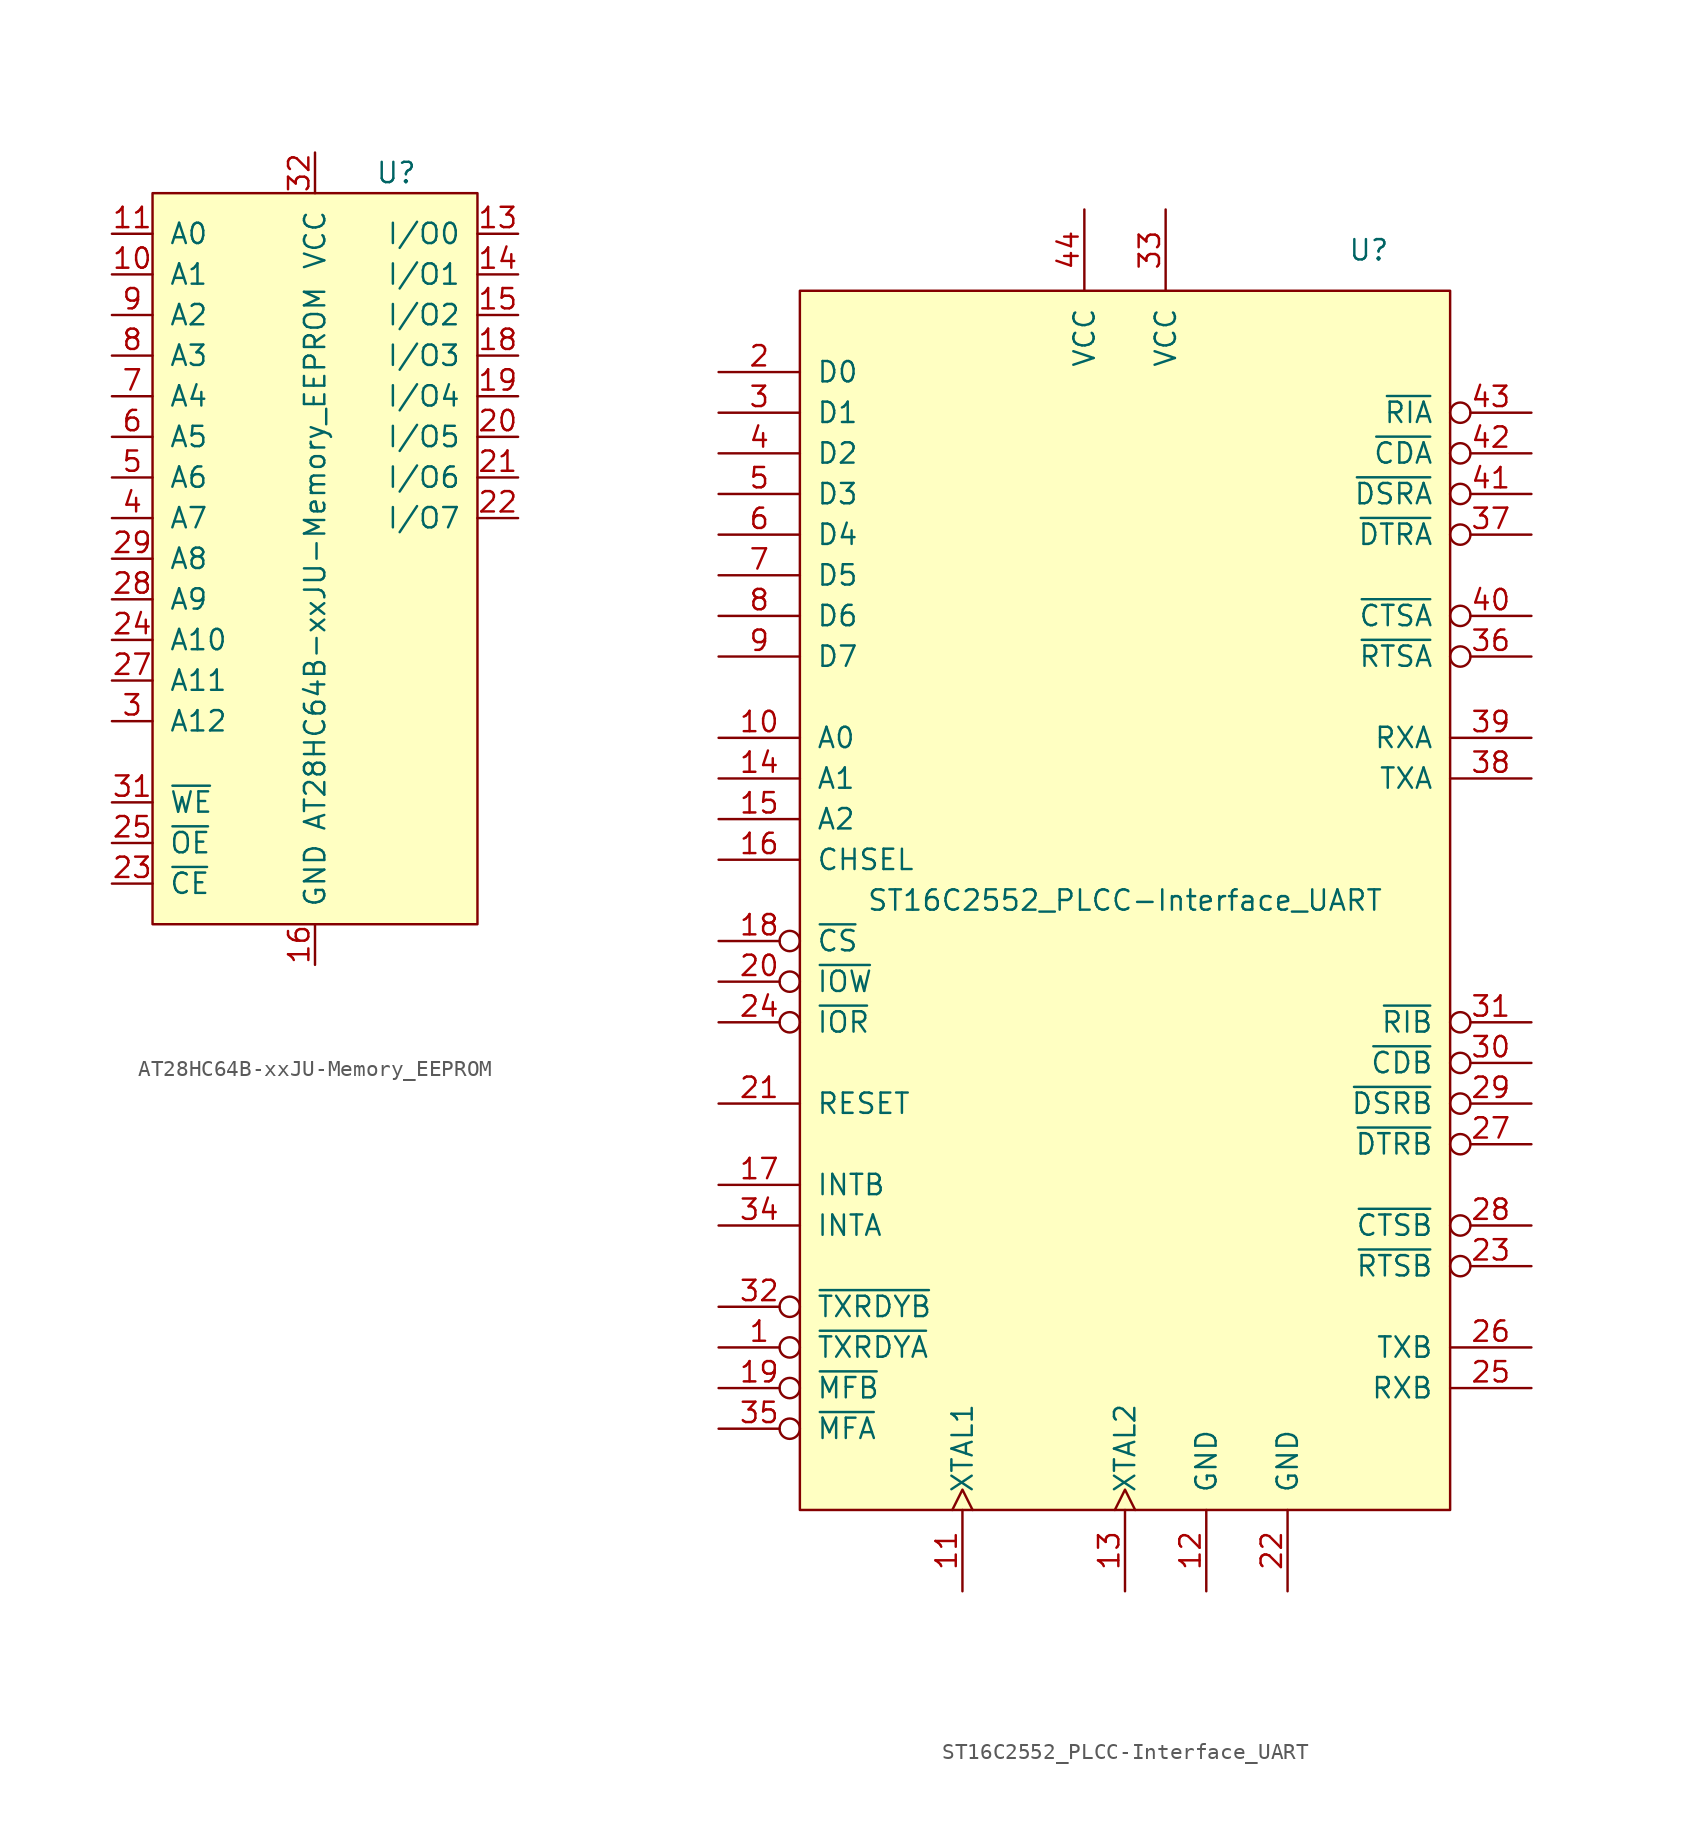
<source format=kicad_sym>
(kicad_symbol_lib
  (version 20211014)
  (generator kicad_symbol_editor)
  (symbol "AT28HC64B-xxJU-Memory_EEPROM"
    (pin_names
      (offset 1.016))
    (property "Reference" "U"
      (at 5.08 24.13 0)
      (effects (font (size 1.27 1.27))))
    (property "Value" "AT28HC64B-xxJU-Memory_EEPROM"
      (at 0 0 90)
      (effects (font (size 1.27 1.27))))
    (symbol "AT28HC64B-xxJU-Memory_EEPROM_0_1"
      (rectangle (start -10.16 22.86) (end 10.16 -22.86) (stroke (width 0) (type default) (color 0 0 0 0)) (fill (type background))))
    (symbol "AT28HC64B-xxJU-Memory_EEPROM_1_1"
      (pin no_connect line (at 12.7 -7.62 180) (length 2.54) hide (name "DC" (effects (font (size 1.27 1.27)))) (number "1" (effects (font (size 1.27 1.27)))))
      (pin input line (at -12.7 17.78 0) (length 2.54) (name "A1" (effects (font (size 1.27 1.27)))) (number "10" (effects (font (size 1.27 1.27)))))
      (pin input line (at -12.7 20.32 0) (length 2.54) (name "A0" (effects (font (size 1.27 1.27)))) (number "11" (effects (font (size 1.27 1.27)))))
      (pin no_connect line (at 12.7 -12.7 180) (length 2.54) hide (name "NC" (effects (font (size 1.27 1.27)))) (number "12" (effects (font (size 1.27 1.27)))))
      (pin bidirectional line (at 12.7 20.32 180) (length 2.54) (name "I/O0" (effects (font (size 1.27 1.27)))) (number "13" (effects (font (size 1.27 1.27)))))
      (pin bidirectional line (at 12.7 17.78 180) (length 2.54) (name "I/O1" (effects (font (size 1.27 1.27)))) (number "14" (effects (font (size 1.27 1.27)))))
      (pin bidirectional line (at 12.7 15.24 180) (length 2.54) (name "I/O2" (effects (font (size 1.27 1.27)))) (number "15" (effects (font (size 1.27 1.27)))))
      (pin power_in line (at 0 -25.4 90) (length 2.54) (name "GND" (effects (font (size 1.27 1.27)))) (number "16" (effects (font (size 1.27 1.27)))))
      (pin no_connect line (at 12.7 -15.24 180) (length 2.54) hide (name "DC" (effects (font (size 1.27 1.27)))) (number "17" (effects (font (size 1.27 1.27)))))
      (pin bidirectional line (at 12.7 12.7 180) (length 2.54) (name "I/O3" (effects (font (size 1.27 1.27)))) (number "18" (effects (font (size 1.27 1.27)))))
      (pin bidirectional line (at 12.7 10.16 180) (length 2.54) (name "I/O4" (effects (font (size 1.27 1.27)))) (number "19" (effects (font (size 1.27 1.27)))))
      (pin no_connect line (at 12.7 -10.16 180) (length 2.54) hide (name "NC" (effects (font (size 1.27 1.27)))) (number "2" (effects (font (size 1.27 1.27)))))
      (pin bidirectional line (at 12.7 7.62 180) (length 2.54) (name "I/O5" (effects (font (size 1.27 1.27)))) (number "20" (effects (font (size 1.27 1.27)))))
      (pin bidirectional line (at 12.7 5.08 180) (length 2.54) (name "I/O6" (effects (font (size 1.27 1.27)))) (number "21" (effects (font (size 1.27 1.27)))))
      (pin bidirectional line (at 12.7 2.54 180) (length 2.54) (name "I/O7" (effects (font (size 1.27 1.27)))) (number "22" (effects (font (size 1.27 1.27)))))
      (pin input line (at -12.7 -20.32 0) (length 2.54) (name "~{CE}" (effects (font (size 1.27 1.27)))) (number "23" (effects (font (size 1.27 1.27)))))
      (pin input line (at -12.7 -5.08 0) (length 2.54) (name "A10" (effects (font (size 1.27 1.27)))) (number "24" (effects (font (size 1.27 1.27)))))
      (pin input line (at -12.7 -17.78 0) (length 2.54) (name "~{OE}" (effects (font (size 1.27 1.27)))) (number "25" (effects (font (size 1.27 1.27)))))
      (pin no_connect line (at 12.7 -17.78 180) (length 2.54) hide (name "NC" (effects (font (size 1.27 1.27)))) (number "26" (effects (font (size 1.27 1.27)))))
      (pin input line (at -12.7 -7.62 0) (length 2.54) (name "A11" (effects (font (size 1.27 1.27)))) (number "27" (effects (font (size 1.27 1.27)))))
      (pin input line (at -12.7 -2.54 0) (length 2.54) (name "A9" (effects (font (size 1.27 1.27)))) (number "28" (effects (font (size 1.27 1.27)))))
      (pin input line (at -12.7 0 0) (length 2.54) (name "A8" (effects (font (size 1.27 1.27)))) (number "29" (effects (font (size 1.27 1.27)))))
      (pin input line (at -12.7 -10.16 0) (length 2.54) (name "A12" (effects (font (size 1.27 1.27)))) (number "3" (effects (font (size 1.27 1.27)))))
      (pin no_connect line (at 12.7 -20.32 180) (length 2.54) hide (name "NC" (effects (font (size 1.27 1.27)))) (number "30" (effects (font (size 1.27 1.27)))))
      (pin input line (at -12.7 -15.24 0) (length 2.54) (name "~{WE}" (effects (font (size 1.27 1.27)))) (number "31" (effects (font (size 1.27 1.27)))))
      (pin power_in line (at 0 25.4 270) (length 2.54) (name "VCC" (effects (font (size 1.27 1.27)))) (number "32" (effects (font (size 1.27 1.27)))))
      (pin input line (at -12.7 2.54 0) (length 2.54) (name "A7" (effects (font (size 1.27 1.27)))) (number "4" (effects (font (size 1.27 1.27)))))
      (pin input line (at -12.7 5.08 0) (length 2.54) (name "A6" (effects (font (size 1.27 1.27)))) (number "5" (effects (font (size 1.27 1.27)))))
      (pin input line (at -12.7 7.62 0) (length 2.54) (name "A5" (effects (font (size 1.27 1.27)))) (number "6" (effects (font (size 1.27 1.27)))))
      (pin input line (at -12.7 10.16 0) (length 2.54) (name "A4" (effects (font (size 1.27 1.27)))) (number "7" (effects (font (size 1.27 1.27)))))
      (pin input line (at -12.7 12.7 0) (length 2.54) (name "A3" (effects (font (size 1.27 1.27)))) (number "8" (effects (font (size 1.27 1.27)))))
      (pin input line (at -12.7 15.24 0) (length 2.54) (name "A2" (effects (font (size 1.27 1.27)))) (number "9" (effects (font (size 1.27 1.27)))))))
  (symbol "ST16C2552_PLCC-Interface_UART"
    (pin_names
      (offset 1.016))
    (property "Reference" "U"
      (at 15.24 40.64 0)
      (effects (font (size 1.27 1.27))))
    (property "Value" "ST16C2552_PLCC-Interface_UART"
      (at 0 0 0)
      (effects (font (size 1.27 1.27))))
    (symbol "ST16C2552_PLCC-Interface_UART_0_1"
      (rectangle (start -20.32 38.1) (end 20.32 -38.1) (stroke (width 0) (type default) (color 0 0 0 0)) (fill (type background))))
    (symbol "ST16C2552_PLCC-Interface_UART_1_0"
      (pin output inverted (at -25.4 -27.94 0) (length 5.08) (name "~{TXRDYA}" (effects (font (size 1.27 1.27)))) (number "1" (effects (font (size 1.27 1.27)))))
      (pin input line (at -25.4 10.16 0) (length 5.08) (name "A0" (effects (font (size 1.27 1.27)))) (number "10" (effects (font (size 1.27 1.27)))))
      (pin input clock (at -10.16 -43.18 90) (length 5.08) (name "XTAL1" (effects (font (size 1.27 1.27)))) (number "11" (effects (font (size 1.27 1.27)))))
      (pin power_in line (at 5.08 -43.18 90) (length 5.08) (name "GND" (effects (font (size 1.27 1.27)))) (number "12" (effects (font (size 1.27 1.27)))))
      (pin input clock (at 0 -43.18 90) (length 5.08) (name "XTAL2" (effects (font (size 1.27 1.27)))) (number "13" (effects (font (size 1.27 1.27)))))
      (pin input line (at -25.4 7.62 0) (length 5.08) (name "A1" (effects (font (size 1.27 1.27)))) (number "14" (effects (font (size 1.27 1.27)))))
      (pin input line (at -25.4 5.08 0) (length 5.08) (name "A2" (effects (font (size 1.27 1.27)))) (number "15" (effects (font (size 1.27 1.27)))))
      (pin input line (at -25.4 2.54 0) (length 5.08) (name "CHSEL" (effects (font (size 1.27 1.27)))) (number "16" (effects (font (size 1.27 1.27)))))
      (pin output line (at -25.4 -17.78 0) (length 5.08) (name "INTB" (effects (font (size 1.27 1.27)))) (number "17" (effects (font (size 1.27 1.27)))))
      (pin input inverted (at -25.4 -2.54 0) (length 5.08) (name "~{CS}" (effects (font (size 1.27 1.27)))) (number "18" (effects (font (size 1.27 1.27)))))
      (pin output inverted (at -25.4 -30.48 0) (length 5.08) (name "~{MFB}" (effects (font (size 1.27 1.27)))) (number "19" (effects (font (size 1.27 1.27)))))
      (pin tri_state line (at -25.4 33.02 0) (length 5.08) (name "D0" (effects (font (size 1.27 1.27)))) (number "2" (effects (font (size 1.27 1.27)))))
      (pin input inverted (at -25.4 -5.08 0) (length 5.08) (name "~{IOW}" (effects (font (size 1.27 1.27)))) (number "20" (effects (font (size 1.27 1.27)))))
      (pin input line (at -25.4 -12.7 0) (length 5.08) (name "RESET" (effects (font (size 1.27 1.27)))) (number "21" (effects (font (size 1.27 1.27)))))
      (pin power_in line (at 10.16 -43.18 90) (length 5.08) (name "GND" (effects (font (size 1.27 1.27)))) (number "22" (effects (font (size 1.27 1.27)))))
      (pin output inverted (at 25.4 -22.86 180) (length 5.08) (name "~{RTSB}" (effects (font (size 1.27 1.27)))) (number "23" (effects (font (size 1.27 1.27)))))
      (pin input inverted (at -25.4 -7.62 0) (length 5.08) (name "~{IOR}" (effects (font (size 1.27 1.27)))) (number "24" (effects (font (size 1.27 1.27)))))
      (pin input line (at 25.4 -30.48 180) (length 5.08) (name "RXB" (effects (font (size 1.27 1.27)))) (number "25" (effects (font (size 1.27 1.27)))))
      (pin output line (at 25.4 -27.94 180) (length 5.08) (name "TXB" (effects (font (size 1.27 1.27)))) (number "26" (effects (font (size 1.27 1.27)))))
      (pin output inverted (at 25.4 -15.24 180) (length 5.08) (name "~{DTRB}" (effects (font (size 1.27 1.27)))) (number "27" (effects (font (size 1.27 1.27)))))
      (pin input inverted (at 25.4 -20.32 180) (length 5.08) (name "~{CTSB}" (effects (font (size 1.27 1.27)))) (number "28" (effects (font (size 1.27 1.27)))))
      (pin input inverted (at 25.4 -12.7 180) (length 5.08) (name "~{DSRB}" (effects (font (size 1.27 1.27)))) (number "29" (effects (font (size 1.27 1.27)))))
      (pin tri_state line (at -25.4 30.48 0) (length 5.08) (name "D1" (effects (font (size 1.27 1.27)))) (number "3" (effects (font (size 1.27 1.27)))))
      (pin input inverted (at 25.4 -10.16 180) (length 5.08) (name "~{CDB}" (effects (font (size 1.27 1.27)))) (number "30" (effects (font (size 1.27 1.27)))))
      (pin input inverted (at 25.4 -7.62 180) (length 5.08) (name "~{RIB}" (effects (font (size 1.27 1.27)))) (number "31" (effects (font (size 1.27 1.27)))))
      (pin output inverted (at -25.4 -25.4 0) (length 5.08) (name "~{TXRDYB}" (effects (font (size 1.27 1.27)))) (number "32" (effects (font (size 1.27 1.27)))))
      (pin power_in line (at 2.54 43.18 270) (length 5.08) (name "VCC" (effects (font (size 1.27 1.27)))) (number "33" (effects (font (size 1.27 1.27)))))
      (pin output line (at -25.4 -20.32 0) (length 5.08) (name "INTA" (effects (font (size 1.27 1.27)))) (number "34" (effects (font (size 1.27 1.27)))))
      (pin output inverted (at -25.4 -33.02 0) (length 5.08) (name "~{MFA}" (effects (font (size 1.27 1.27)))) (number "35" (effects (font (size 1.27 1.27)))))
      (pin output inverted (at 25.4 15.24 180) (length 5.08) (name "~{RTSA}" (effects (font (size 1.27 1.27)))) (number "36" (effects (font (size 1.27 1.27)))))
      (pin output inverted (at 25.4 22.86 180) (length 5.08) (name "~{DTRA}" (effects (font (size 1.27 1.27)))) (number "37" (effects (font (size 1.27 1.27)))))
      (pin output line (at 25.4 7.62 180) (length 5.08) (name "TXA" (effects (font (size 1.27 1.27)))) (number "38" (effects (font (size 1.27 1.27)))))
      (pin input line (at 25.4 10.16 180) (length 5.08) (name "RXA" (effects (font (size 1.27 1.27)))) (number "39" (effects (font (size 1.27 1.27)))))
      (pin tri_state line (at -25.4 27.94 0) (length 5.08) (name "D2" (effects (font (size 1.27 1.27)))) (number "4" (effects (font (size 1.27 1.27)))))
      (pin input inverted (at 25.4 17.78 180) (length 5.08) (name "~{CTSA}" (effects (font (size 1.27 1.27)))) (number "40" (effects (font (size 1.27 1.27)))))
      (pin input inverted (at 25.4 25.4 180) (length 5.08) (name "~{DSRA}" (effects (font (size 1.27 1.27)))) (number "41" (effects (font (size 1.27 1.27)))))
      (pin input inverted (at 25.4 27.94 180) (length 5.08) (name "~{CDA}" (effects (font (size 1.27 1.27)))) (number "42" (effects (font (size 1.27 1.27)))))
      (pin input inverted (at 25.4 30.48 180) (length 5.08) (name "~{RIA}" (effects (font (size 1.27 1.27)))) (number "43" (effects (font (size 1.27 1.27)))))
      (pin power_in line (at -2.54 43.18 270) (length 5.08) (name "VCC" (effects (font (size 1.27 1.27)))) (number "44" (effects (font (size 1.27 1.27)))))
      (pin tri_state line (at -25.4 25.4 0) (length 5.08) (name "D3" (effects (font (size 1.27 1.27)))) (number "5" (effects (font (size 1.27 1.27)))))
      (pin tri_state line (at -25.4 22.86 0) (length 5.08) (name "D4" (effects (font (size 1.27 1.27)))) (number "6" (effects (font (size 1.27 1.27)))))
      (pin tri_state line (at -25.4 20.32 0) (length 5.08) (name "D5" (effects (font (size 1.27 1.27)))) (number "7" (effects (font (size 1.27 1.27)))))
      (pin tri_state line (at -25.4 17.78 0) (length 5.08) (name "D6" (effects (font (size 1.27 1.27)))) (number "8" (effects (font (size 1.27 1.27)))))
      (pin tri_state line (at -25.4 15.24 0) (length 5.08) (name "D7" (effects (font (size 1.27 1.27)))) (number "9" (effects (font (size 1.27 1.27))))))))
</source>
